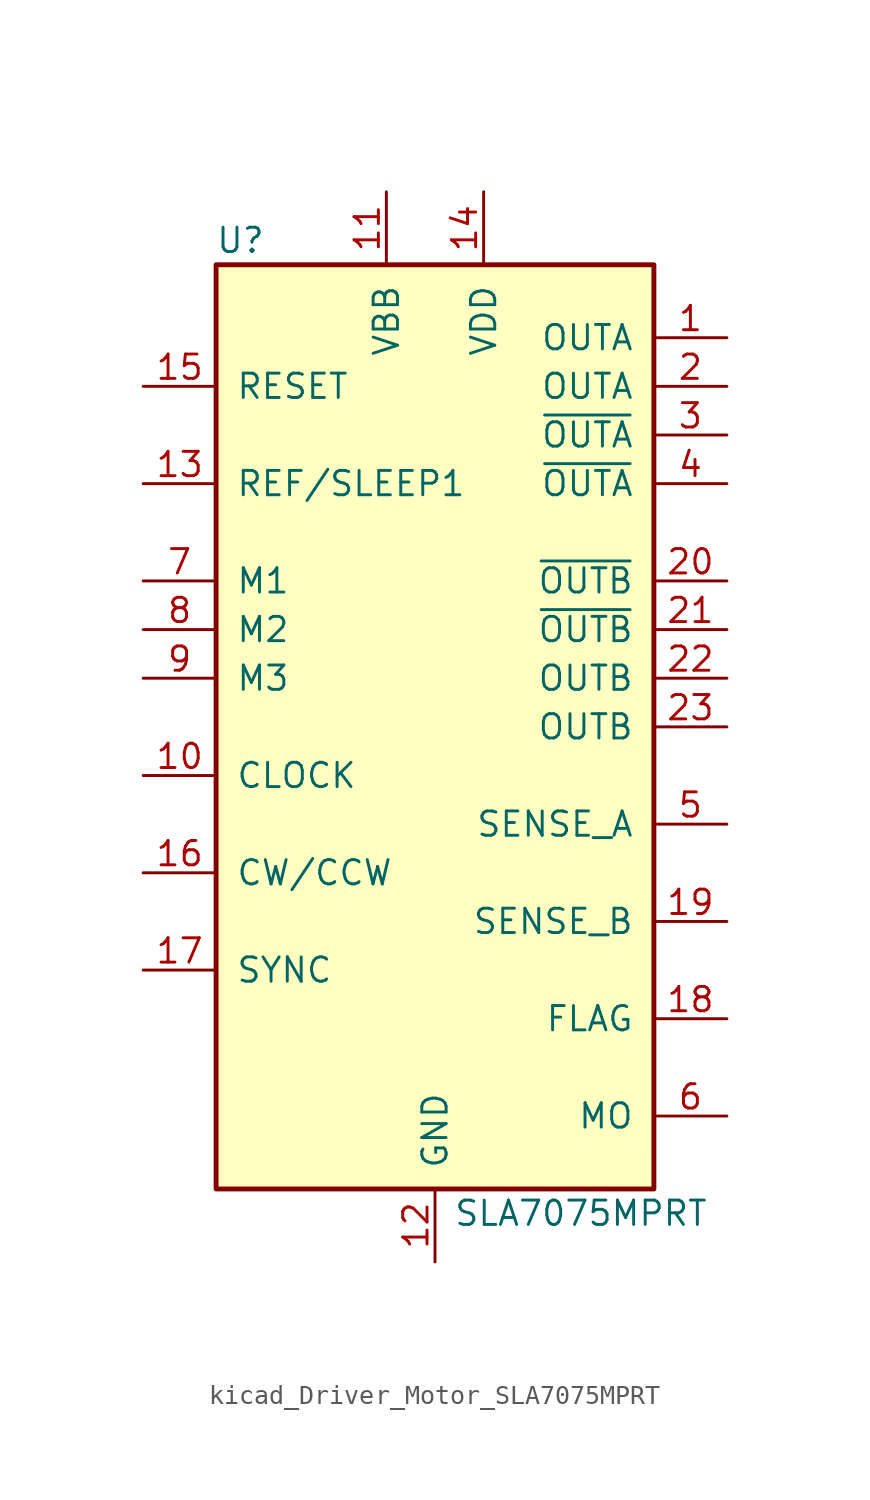
<source format=kicad_sym>
(kicad_symbol_lib
  (version 20220914)
  (generator kicad_symbol_editor)
  (symbol "kicad_Driver_Motor_SLA7075MPRT"
    (pin_names
      (offset 1.016))
    (property "Reference" "U"
      (at -10.16 25.4 0)
      (effects (font (size 1.27 1.27))))
    (property "Value" "SLA7075MPRT"
      (at 7.62 -25.4 0)
      (effects (font (size 1.27 1.27))))
    (symbol "kicad_Driver_Motor_SLA7075MPRT_0_1"
      (rectangle (start -11.43 24.13) (end 11.43 -24.13) (stroke (width 0.254) (type default)) (fill (type background))))
    (symbol "kicad_Driver_Motor_SLA7075MPRT_1_1"
      (pin output line (at 15.24 20.32 180) (length 3.81) (name "OUTA" (effects (font (size 1.27 1.27)))) (number "1" (effects (font (size 1.27 1.27)))))
      (pin input line (at -15.24 -2.54 0) (length 3.81) (name "CLOCK" (effects (font (size 1.27 1.27)))) (number "10" (effects (font (size 1.27 1.27)))))
      (pin power_in line (at -2.54 27.94 270) (length 3.81) (name "VBB" (effects (font (size 1.27 1.27)))) (number "11" (effects (font (size 1.27 1.27)))))
      (pin power_in line (at 0 -27.94 90) (length 3.81) (name "GND" (effects (font (size 1.27 1.27)))) (number "12" (effects (font (size 1.27 1.27)))))
      (pin input line (at -15.24 12.7 0) (length 3.81) (name "REF/SLEEP1" (effects (font (size 1.27 1.27)))) (number "13" (effects (font (size 1.27 1.27)))))
      (pin power_in line (at 2.54 27.94 270) (length 3.81) (name "VDD" (effects (font (size 1.27 1.27)))) (number "14" (effects (font (size 1.27 1.27)))))
      (pin input line (at -15.24 17.78 0) (length 3.81) (name "RESET" (effects (font (size 1.27 1.27)))) (number "15" (effects (font (size 1.27 1.27)))))
      (pin input line (at -15.24 -7.62 0) (length 3.81) (name "CW/CCW" (effects (font (size 1.27 1.27)))) (number "16" (effects (font (size 1.27 1.27)))))
      (pin input line (at -15.24 -12.7 0) (length 3.81) (name "SYNC" (effects (font (size 1.27 1.27)))) (number "17" (effects (font (size 1.27 1.27)))))
      (pin output line (at 15.24 -15.24 180) (length 3.81) (name "FLAG" (effects (font (size 1.27 1.27)))) (number "18" (effects (font (size 1.27 1.27)))))
      (pin output line (at 15.24 -10.16 180) (length 3.81) (name "SENSE_B" (effects (font (size 1.27 1.27)))) (number "19" (effects (font (size 1.27 1.27)))))
      (pin output line (at 15.24 17.78 180) (length 3.81) (name "OUTA" (effects (font (size 1.27 1.27)))) (number "2" (effects (font (size 1.27 1.27)))))
      (pin output line (at 15.24 7.62 180) (length 3.81) (name "~{OUTB}" (effects (font (size 1.27 1.27)))) (number "20" (effects (font (size 1.27 1.27)))))
      (pin output line (at 15.24 5.08 180) (length 3.81) (name "~{OUTB}" (effects (font (size 1.27 1.27)))) (number "21" (effects (font (size 1.27 1.27)))))
      (pin output line (at 15.24 2.54 180) (length 3.81) (name "OUTB" (effects (font (size 1.27 1.27)))) (number "22" (effects (font (size 1.27 1.27)))))
      (pin output line (at 15.24 0 180) (length 3.81) (name "OUTB" (effects (font (size 1.27 1.27)))) (number "23" (effects (font (size 1.27 1.27)))))
      (pin output line (at 15.24 15.24 180) (length 3.81) (name "~{OUTA}" (effects (font (size 1.27 1.27)))) (number "3" (effects (font (size 1.27 1.27)))))
      (pin output line (at 15.24 12.7 180) (length 3.81) (name "~{OUTA}" (effects (font (size 1.27 1.27)))) (number "4" (effects (font (size 1.27 1.27)))))
      (pin output line (at 15.24 -5.08 180) (length 3.81) (name "SENSE_A" (effects (font (size 1.27 1.27)))) (number "5" (effects (font (size 1.27 1.27)))))
      (pin output line (at 15.24 -20.32 180) (length 3.81) (name "MO" (effects (font (size 1.27 1.27)))) (number "6" (effects (font (size 1.27 1.27)))))
      (pin input line (at -15.24 7.62 0) (length 3.81) (name "M1" (effects (font (size 1.27 1.27)))) (number "7" (effects (font (size 1.27 1.27)))))
      (pin input line (at -15.24 5.08 0) (length 3.81) (name "M2" (effects (font (size 1.27 1.27)))) (number "8" (effects (font (size 1.27 1.27)))))
      (pin input line (at -15.24 2.54 0) (length 3.81) (name "M3" (effects (font (size 1.27 1.27)))) (number "9" (effects (font (size 1.27 1.27))))))))
</source>
